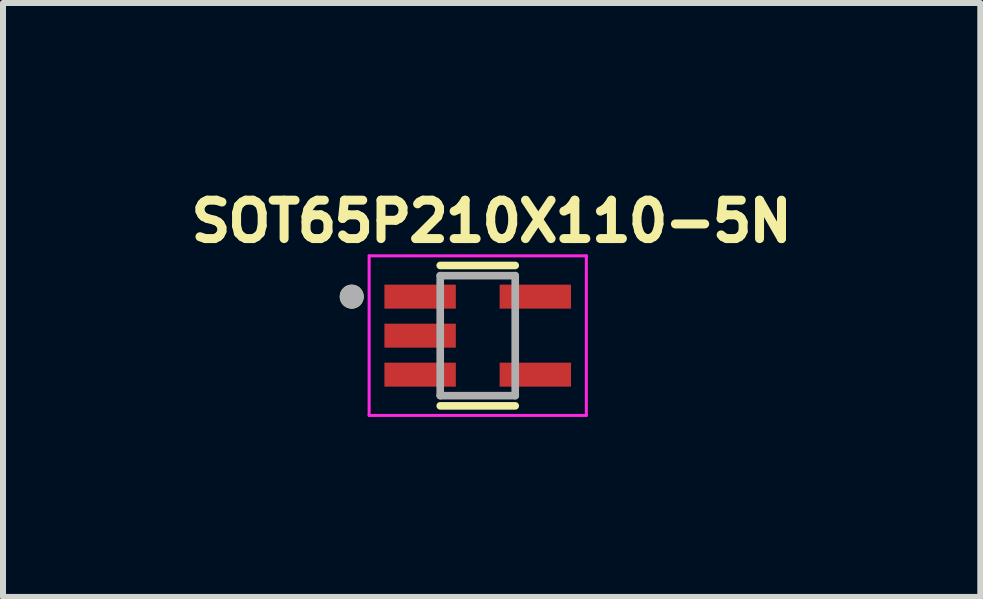
<source format=kicad_pcb>
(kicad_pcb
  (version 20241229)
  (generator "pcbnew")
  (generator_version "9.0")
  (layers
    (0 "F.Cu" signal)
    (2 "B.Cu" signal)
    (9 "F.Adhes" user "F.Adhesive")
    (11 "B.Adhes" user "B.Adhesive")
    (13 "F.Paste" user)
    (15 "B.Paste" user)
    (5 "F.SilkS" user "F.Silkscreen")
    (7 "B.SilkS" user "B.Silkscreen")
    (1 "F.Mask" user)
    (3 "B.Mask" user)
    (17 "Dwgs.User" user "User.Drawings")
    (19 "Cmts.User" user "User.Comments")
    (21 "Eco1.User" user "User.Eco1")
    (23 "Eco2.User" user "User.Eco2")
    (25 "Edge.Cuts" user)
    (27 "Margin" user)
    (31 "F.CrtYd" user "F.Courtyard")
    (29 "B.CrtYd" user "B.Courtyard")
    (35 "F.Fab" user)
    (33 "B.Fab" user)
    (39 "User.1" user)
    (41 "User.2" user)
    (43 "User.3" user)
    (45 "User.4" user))
  (footprint "SOT65P210X110-5N"
    (layer "F.Cu")
    (at 4.912 2.544)
    (property "Reference" "SOT65P210X110-5N" (at 0.232 -1.906 0) (layer "F.SilkS") (effects (font (size 0.64 0.64) (thickness 0.15))))
    (attr through_hole)
    (fp_line (start -0.625 -1.17) (end 0.625 -1.17) (stroke (width 0.127) (type solid)) (layer "F.SilkS"))
    (fp_line (start 0.625 1.17) (end -0.625 1.17) (stroke (width 0.127) (type solid)) (layer "F.SilkS"))
    (fp_circle (center -2.1 -0.65) (end -2 -0.65) (stroke (width 0.2) (type solid)) (fill no) (layer "F.SilkS"))
    (fp_line (start -1.81 -1.33) (end 1.81 -1.33) (stroke (width 0.05) (type solid)) (layer "F.CrtYd"))
    (fp_line (start -1.81 1.33) (end -1.81 -1.33) (stroke (width 0.05) (type solid)) (layer "F.CrtYd"))
    (fp_line (start 1.81 -1.33) (end 1.81 1.33) (stroke (width 0.05) (type solid)) (layer "F.CrtYd"))
    (fp_line (start 1.81 1.33) (end -1.81 1.33) (stroke (width 0.05) (type solid)) (layer "F.CrtYd"))
    (fp_line (start -0.625 -1) (end 0.625 -1) (stroke (width 0.127) (type solid)) (layer "F.Fab"))
    (fp_line (start -0.625 1) (end -0.625 -1) (stroke (width 0.127) (type solid)) (layer "F.Fab"))
    (fp_line (start 0.625 -1) (end 0.625 1) (stroke (width 0.127) (type solid)) (layer "F.Fab"))
    (fp_line (start 0.625 1) (end -0.625 1) (stroke (width 0.127) (type solid)) (layer "F.Fab"))
    (fp_circle (center -2.1 -0.65) (end -2 -0.65) (stroke (width 0.2) (type solid)) (fill no) (layer "F.Fab"))
    (pad "1" smd rect (at -0.96 -0.65) (size 1.19 0.4) (layers "F.Cu" "F.Mask" "F.Paste"))
    (pad "2" smd rect (at -0.96 0) (size 1.19 0.4) (layers "F.Cu" "F.Mask" "F.Paste"))
    (pad "3" smd rect (at -0.96 0.65) (size 1.19 0.4) (layers "F.Cu" "F.Mask" "F.Paste"))
    (pad "4" smd rect (at 0.96 0.65) (size 1.19 0.4) (layers "F.Cu" "F.Mask" "F.Paste"))
    (pad "5" smd rect (at 0.96 -0.65) (size 1.19 0.4) (layers "F.Cu" "F.Mask" "F.Paste")))
  (gr_rect
    (start -3 -3)
    (end 13.288 6.899)
    (stroke (width 0.1) (type default))
    (fill no)
    (layer "Edge.Cuts")))
</source>
